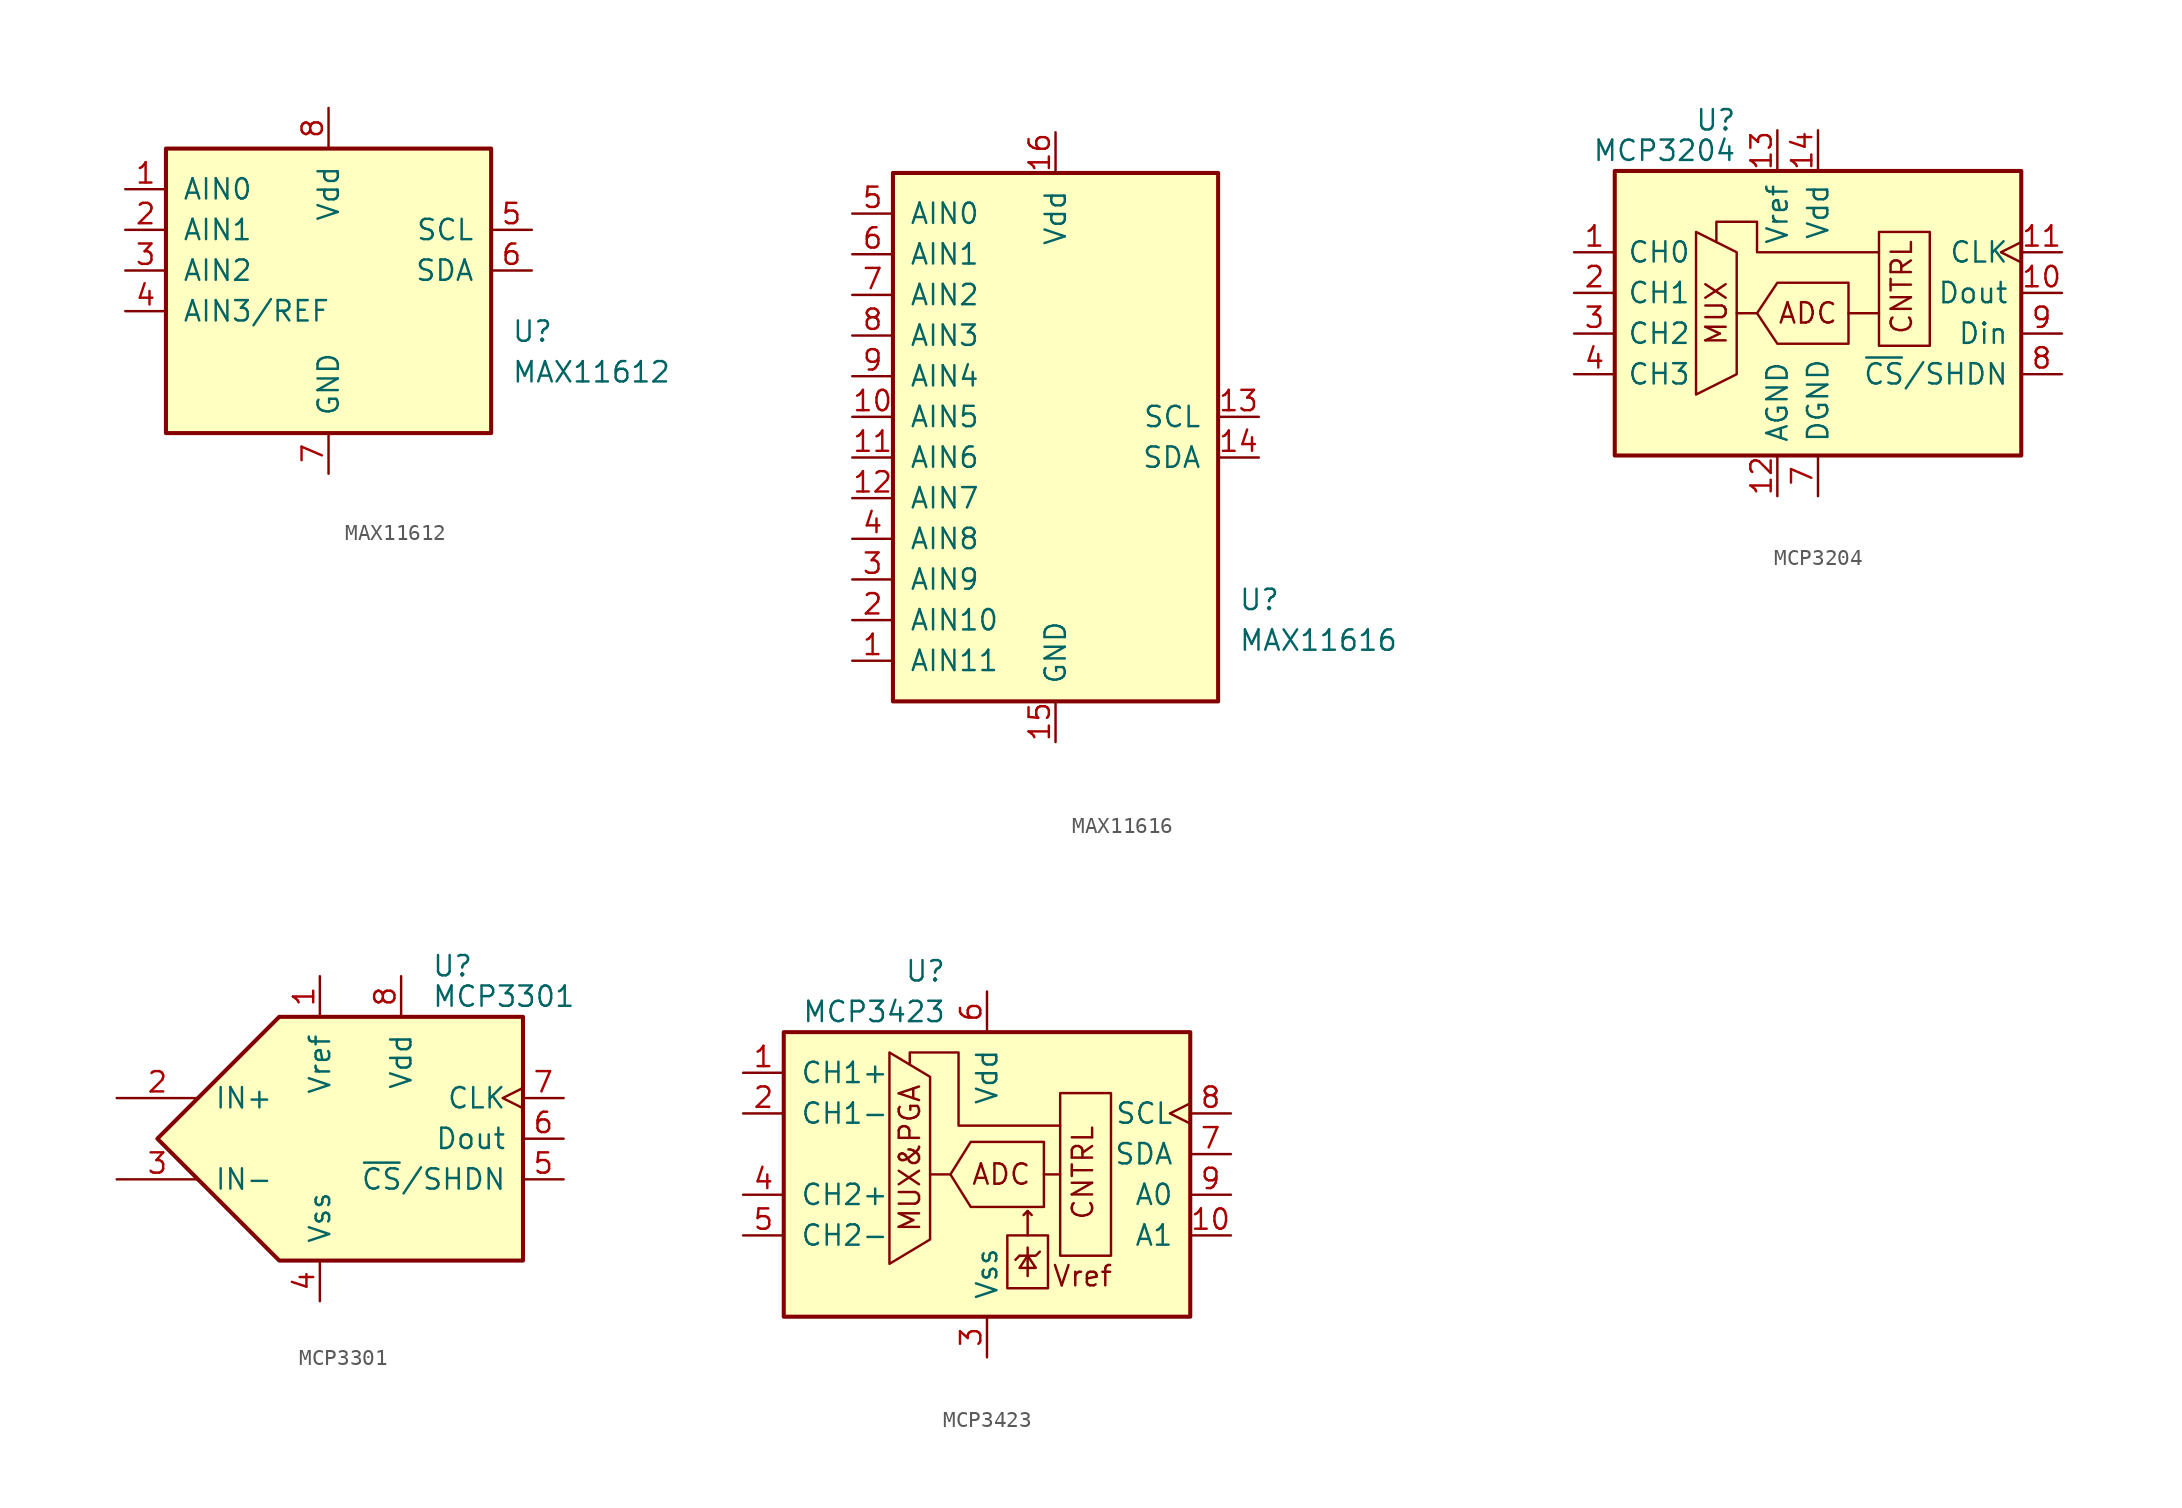
<source format=kicad_sym>
(kicad_symbol_lib
  (version 20201005)
  (generator kicad_symbol_editor)
  (symbol "MAX11612"
    (pin_names
      (offset 1.016))
    (property "Reference" "U"
      (at 11.43 -3.81 0)
      (effects (font (size 1.27 1.27)) (justify left)))
    (property "Value" "MAX11612"
      (at 11.43 -6.35 0)
      (effects (font (size 1.27 1.27)) (justify left)))
    (symbol "MAX11612_0_1"
      (rectangle (start -10.16 7.62) (end 10.16 -10.16) (stroke (width 0.254)) (fill (type background))))
    (symbol "MAX11612_1_1"
      (pin input line (at -12.7 5.08 0) (length 2.54) (name "AIN0" (effects (font (size 1.27 1.27)))) (number "1" (effects (font (size 1.27 1.27)))))
      (pin input line (at -12.7 2.54 0) (length 2.54) (name "AIN1" (effects (font (size 1.27 1.27)))) (number "2" (effects (font (size 1.27 1.27)))))
      (pin input line (at -12.7 0 0) (length 2.54) (name "AIN2" (effects (font (size 1.27 1.27)))) (number "3" (effects (font (size 1.27 1.27)))))
      (pin input line (at -12.7 -2.54 0) (length 2.54) (name "AIN3/REF" (effects (font (size 1.27 1.27)))) (number "4" (effects (font (size 1.27 1.27)))))
      (pin input line (at 12.7 2.54 180) (length 2.54) (name "SCL" (effects (font (size 1.27 1.27)))) (number "5" (effects (font (size 1.27 1.27)))))
      (pin bidirectional line (at 12.7 0 180) (length 2.54) (name "SDA" (effects (font (size 1.27 1.27)))) (number "6" (effects (font (size 1.27 1.27)))))
      (pin power_in line (at 0 -12.7 90) (length 2.54) (name "GND" (effects (font (size 1.27 1.27)))) (number "7" (effects (font (size 1.27 1.27)))))
      (pin power_in line (at 0 10.16 270) (length 2.54) (name "Vdd" (effects (font (size 1.27 1.27)))) (number "8" (effects (font (size 1.27 1.27)))))))
  (symbol "MAX11616"
    (pin_names
      (offset 1.016))
    (property "Reference" "U"
      (at 11.43 -11.43 0)
      (effects (font (size 1.27 1.27)) (justify left)))
    (property "Value" "MAX11616"
      (at 11.43 -13.97 0)
      (effects (font (size 1.27 1.27)) (justify left)))
    (symbol "MAX11616_0_1"
      (rectangle (start -10.16 15.24) (end 10.16 -17.78) (stroke (width 0.254)) (fill (type background))))
    (symbol "MAX11616_1_1"
      (pin input line (at -12.7 -15.24 0) (length 2.54) (name "AIN11" (effects (font (size 1.27 1.27)))) (number "1" (effects (font (size 1.27 1.27)))))
      (pin input line (at -12.7 0 0) (length 2.54) (name "AIN5" (effects (font (size 1.27 1.27)))) (number "10" (effects (font (size 1.27 1.27)))))
      (pin input line (at -12.7 -2.54 0) (length 2.54) (name "AIN6" (effects (font (size 1.27 1.27)))) (number "11" (effects (font (size 1.27 1.27)))))
      (pin input line (at -12.7 -5.08 0) (length 2.54) (name "AIN7" (effects (font (size 1.27 1.27)))) (number "12" (effects (font (size 1.27 1.27)))))
      (pin input line (at 12.7 0 180) (length 2.54) (name "SCL" (effects (font (size 1.27 1.27)))) (number "13" (effects (font (size 1.27 1.27)))))
      (pin bidirectional line (at 12.7 -2.54 180) (length 2.54) (name "SDA" (effects (font (size 1.27 1.27)))) (number "14" (effects (font (size 1.27 1.27)))))
      (pin power_in line (at 0 -20.32 90) (length 2.54) (name "GND" (effects (font (size 1.27 1.27)))) (number "15" (effects (font (size 1.27 1.27)))))
      (pin power_in line (at 0 17.78 270) (length 2.54) (name "Vdd" (effects (font (size 1.27 1.27)))) (number "16" (effects (font (size 1.27 1.27)))))
      (pin input line (at -12.7 -12.7 0) (length 2.54) (name "AIN10" (effects (font (size 1.27 1.27)))) (number "2" (effects (font (size 1.27 1.27)))))
      (pin input line (at -12.7 -10.16 0) (length 2.54) (name "AIN9" (effects (font (size 1.27 1.27)))) (number "3" (effects (font (size 1.27 1.27)))))
      (pin input line (at -12.7 -7.62 0) (length 2.54) (name "AIN8" (effects (font (size 1.27 1.27)))) (number "4" (effects (font (size 1.27 1.27)))))
      (pin input line (at -12.7 12.7 0) (length 2.54) (name "AIN0" (effects (font (size 1.27 1.27)))) (number "5" (effects (font (size 1.27 1.27)))))
      (pin input line (at -12.7 10.16 0) (length 2.54) (name "AIN1" (effects (font (size 1.27 1.27)))) (number "6" (effects (font (size 1.27 1.27)))))
      (pin input line (at -12.7 7.62 0) (length 2.54) (name "AIN2" (effects (font (size 1.27 1.27)))) (number "7" (effects (font (size 1.27 1.27)))))
      (pin input line (at -12.7 5.08 0) (length 2.54) (name "AIN3" (effects (font (size 1.27 1.27)))) (number "8" (effects (font (size 1.27 1.27)))))
      (pin input line (at -12.7 2.54 0) (length 2.54) (name "AIN4" (effects (font (size 1.27 1.27)))) (number "9" (effects (font (size 1.27 1.27)))))))
  (symbol "MCP3204"
    (pin_names
      (offset 0.762))
    (property "Reference" "U"
      (at -5.08 10.795 0)
      (effects (font (size 1.27 1.27)) (justify right)))
    (property "Value" "MCP3204"
      (at -5.08 8.89 0)
      (effects (font (size 1.27 1.27)) (justify right)))
    (symbol "MCP3204_0_0"
      (text "ADC" (at -0.635 -1.27 0) (effects (font (size 1.27 1.27))))
      (text "CNTRL" (at 5.969 -2.667 900) (effects (font (size 1.27 1.27)) (justify left bottom)))
      (text "MUX" (at -6.35 -1.27 900) (effects (font (size 1.27 1.27)))))
    (symbol "MCP3204_0_1"
      (rectangle (start 3.81 -3.302) (end 6.985 3.81) (stroke (width 0)) (fill (type none)))
      (rectangle (start 12.7 7.62) (end -12.7 -10.16) (stroke (width 0.254)) (fill (type background)))
      (polyline (pts (xy -5.08 -1.27) (xy -3.81 -1.27)) (stroke (width 0)) (fill (type none)))
      (polyline (pts (xy 1.905 -1.27) (xy 3.81 -1.27)) (stroke (width 0)) (fill (type none)))
      (polyline (pts (xy -7.62 3.81) (xy -7.62 -6.35) (xy -5.08 -5.08) (xy -5.08 2.54) (xy -7.62 3.81)) (stroke (width 0)) (fill (type none)))
      (polyline (pts (xy 3.81 2.54) (xy -3.81 2.54) (xy -3.81 4.445) (xy -6.35 4.445) (xy -6.35 3.175)) (stroke (width 0)) (fill (type none)))
      (polyline (pts (xy -3.81 -1.27) (xy -2.54 0.635) (xy 1.905 0.635) (xy 1.905 -3.175) (xy -2.54 -3.175) (xy -3.81 -1.27)) (stroke (width 0)) (fill (type none))))
    (symbol "MCP3204_1_1"
      (pin input line (at -15.24 2.54 0) (length 2.54) (name "CH0" (effects (font (size 1.27 1.27)))) (number "1" (effects (font (size 1.27 1.27)))))
      (pin output line (at 15.24 0 180) (length 2.54) (name "Dout" (effects (font (size 1.27 1.27)))) (number "10" (effects (font (size 1.27 1.27)))))
      (pin input clock (at 15.24 2.54 180) (length 2.54) (name "CLK" (effects (font (size 1.27 1.27)))) (number "11" (effects (font (size 1.27 1.27)))))
      (pin power_in line (at -2.54 -12.7 90) (length 2.54) (name "AGND" (effects (font (size 1.27 1.27)))) (number "12" (effects (font (size 1.27 1.27)))))
      (pin power_in line (at -2.54 10.16 270) (length 2.54) (name "Vref" (effects (font (size 1.27 1.27)))) (number "13" (effects (font (size 1.27 1.27)))))
      (pin power_in line (at 0 10.16 270) (length 2.54) (name "Vdd" (effects (font (size 1.27 1.27)))) (number "14" (effects (font (size 1.27 1.27)))))
      (pin input line (at -15.24 0 0) (length 2.54) (name "CH1" (effects (font (size 1.27 1.27)))) (number "2" (effects (font (size 1.27 1.27)))))
      (pin input line (at -15.24 -2.54 0) (length 2.54) (name "CH2" (effects (font (size 1.27 1.27)))) (number "3" (effects (font (size 1.27 1.27)))))
      (pin input line (at -15.24 -5.08 0) (length 2.54) (name "CH3" (effects (font (size 1.27 1.27)))) (number "4" (effects (font (size 1.27 1.27)))))
      (pin no_connect line (at -10.16 -12.7 90) (length 2.54) hide (name "NC" (effects (font (size 1.27 1.27)))) (number "5" (effects (font (size 1.27 1.27)))))
      (pin no_connect line (at -7.62 -12.7 90) (length 2.54) hide (name "NC" (effects (font (size 1.27 1.27)))) (number "6" (effects (font (size 1.27 1.27)))))
      (pin power_in line (at 0 -12.7 90) (length 2.54) (name "DGND" (effects (font (size 1.27 1.27)))) (number "7" (effects (font (size 1.27 1.27)))))
      (pin input line (at 15.24 -5.08 180) (length 2.54) (name "~CS~/SHDN" (effects (font (size 1.27 1.27)))) (number "8" (effects (font (size 1.27 1.27)))))
      (pin input line (at 15.24 -2.54 180) (length 2.54) (name "Din" (effects (font (size 1.27 1.27)))) (number "9" (effects (font (size 1.27 1.27)))))))
  (symbol "MCP3301"
    (pin_names
      (offset 1.016))
    (property "Reference" "U"
      (at 4.445 10.795 0)
      (effects (font (size 1.27 1.27)) (justify left)))
    (property "Value" "MCP3301"
      (at 4.445 8.89 0)
      (effects (font (size 1.27 1.27)) (justify left)))
    (symbol "MCP3301_0_0"
      (polyline (pts (xy -12.7 0) (xy -5.08 7.62) (xy 10.16 7.62) (xy 10.16 -7.62) (xy -5.08 -7.62) (xy -12.7 0)) (stroke (width 0.254)) (fill (type background))))
    (symbol "MCP3301_1_1"
      (pin power_in line (at -2.54 10.16 270) (length 2.54) (name "Vref" (effects (font (size 1.27 1.27)))) (number "1" (effects (font (size 1.27 1.27)))))
      (pin input line (at -15.24 2.54 0) (length 5.08) (name "IN+" (effects (font (size 1.27 1.27)))) (number "2" (effects (font (size 1.27 1.27)))))
      (pin input line (at -15.24 -2.54 0) (length 5.08) (name "IN-" (effects (font (size 1.27 1.27)))) (number "3" (effects (font (size 1.27 1.27)))))
      (pin power_in line (at -2.54 -10.16 90) (length 2.54) (name "Vss" (effects (font (size 1.27 1.27)))) (number "4" (effects (font (size 1.27 1.27)))))
      (pin input line (at 12.7 -2.54 180) (length 2.54) (name "~CS~/SHDN" (effects (font (size 1.27 1.27)))) (number "5" (effects (font (size 1.27 1.27)))))
      (pin output line (at 12.7 0 180) (length 2.54) (name "Dout" (effects (font (size 1.27 1.27)))) (number "6" (effects (font (size 1.27 1.27)))))
      (pin input clock (at 12.7 2.54 180) (length 2.54) (name "CLK" (effects (font (size 1.27 1.27)))) (number "7" (effects (font (size 1.27 1.27)))))
      (pin power_in line (at 2.54 10.16 270) (length 2.54) (name "Vdd" (effects (font (size 1.27 1.27)))) (number "8" (effects (font (size 1.27 1.27)))))))
  (symbol "MCP3423"
    (pin_names
      (offset 1.016))
    (property "Reference" "U"
      (at -2.54 11.43 0)
      (effects (font (size 1.27 1.27)) (justify right)))
    (property "Value" "MCP3423"
      (at -2.54 8.89 0)
      (effects (font (size 1.27 1.27)) (justify right)))
    (symbol "MCP3423_0_0"
      (text "ADC" (at 0.889 -1.27 0) (effects (font (size 1.27 1.27))))
      (text "CNTRL" (at 6.731 -4.191 900) (effects (font (size 1.27 1.27)) (justify left bottom)))
      (text "MUX&PGA" (at -4.826 -0.254 900) (effects (font (size 1.27 1.27))))
      (text "Vref" (at 5.969 -7.62 0) (effects (font (size 1.27 1.27))))
      (polyline (pts (xy -6.096 6.35) (xy -3.556 4.826) (xy -3.556 -5.334) (xy -6.096 -6.858) (xy -6.096 6.35)) (stroke (width 0)) (fill (type none)))
      (polyline (pts (xy 4.572 1.778) (xy -1.778 1.778) (xy -1.778 6.35) (xy -4.826 6.35) (xy -4.826 5.588)) (stroke (width 0)) (fill (type none)))
      (polyline (pts (xy 3.556 0.762) (xy 3.556 -3.302) (xy -1.016 -3.302) (xy -2.286 -1.27) (xy -1.016 0.762) (xy 3.556 0.762)) (stroke (width 0)) (fill (type none))))
    (symbol "MCP3423_0_1"
      (rectangle (start 1.27 -5.08) (end 3.81 -8.382) (stroke (width 0)) (fill (type none)))
      (rectangle (start 4.572 -6.35) (end 7.747 3.81) (stroke (width 0)) (fill (type none)))
      (rectangle (start 12.7 7.62) (end -12.7 -10.16) (stroke (width 0.254)) (fill (type background)))
      (polyline (pts (xy -3.556 -1.27) (xy -2.286 -1.27)) (stroke (width 0)) (fill (type none)))
      (polyline (pts (xy 2.032 -6.35) (xy 1.778 -6.604)) (stroke (width 0)) (fill (type none)))
      (polyline (pts (xy 2.54 -5.842) (xy 2.54 -7.62)) (stroke (width 0)) (fill (type none)))
      (polyline (pts (xy 2.54 -3.556) (xy 2.794 -3.81)) (stroke (width 0)) (fill (type none)))
      (polyline (pts (xy 3.556 -1.27) (xy 4.572 -1.27)) (stroke (width 0)) (fill (type none)))
      (polyline (pts (xy 2.032 -6.35) (xy 3.048 -6.35) (xy 3.302 -6.096)) (stroke (width 0)) (fill (type none)))
      (polyline (pts (xy 2.54 -5.08) (xy 2.54 -3.556) (xy 2.286 -3.81)) (stroke (width 0)) (fill (type none)))
      (polyline (pts (xy 2.54 -6.35) (xy 2.032 -7.112) (xy 3.048 -7.112) (xy 2.54 -6.35)) (stroke (width 0)) (fill (type none))))
    (symbol "MCP3423_1_1"
      (pin input line (at -15.24 5.08 0) (length 2.54) (name "CH1+" (effects (font (size 1.27 1.27)))) (number "1" (effects (font (size 1.27 1.27)))))
      (pin input line (at 15.24 -5.08 180) (length 2.54) (name "A1" (effects (font (size 1.27 1.27)))) (number "10" (effects (font (size 1.27 1.27)))))
      (pin input line (at -15.24 2.54 0) (length 2.54) (name "CH1-" (effects (font (size 1.27 1.27)))) (number "2" (effects (font (size 1.27 1.27)))))
      (pin power_in line (at 0 -12.7 90) (length 2.54) (name "Vss" (effects (font (size 1.27 1.27)))) (number "3" (effects (font (size 1.27 1.27)))))
      (pin input line (at -15.24 -2.54 0) (length 2.54) (name "CH2+" (effects (font (size 1.27 1.27)))) (number "4" (effects (font (size 1.27 1.27)))))
      (pin input line (at -15.24 -5.08 0) (length 2.54) (name "CH2-" (effects (font (size 1.27 1.27)))) (number "5" (effects (font (size 1.27 1.27)))))
      (pin power_in line (at 0 10.16 270) (length 2.54) (name "Vdd" (effects (font (size 1.27 1.27)))) (number "6" (effects (font (size 1.27 1.27)))))
      (pin bidirectional line (at 15.24 0 180) (length 2.54) (name "SDA" (effects (font (size 1.27 1.27)))) (number "7" (effects (font (size 1.27 1.27)))))
      (pin input clock (at 15.24 2.54 180) (length 2.54) (name "SCL" (effects (font (size 1.27 1.27)))) (number "8" (effects (font (size 1.27 1.27)))))
      (pin input line (at 15.24 -2.54 180) (length 2.54) (name "A0" (effects (font (size 1.27 1.27)))) (number "9" (effects (font (size 1.27 1.27))))))))
</source>
